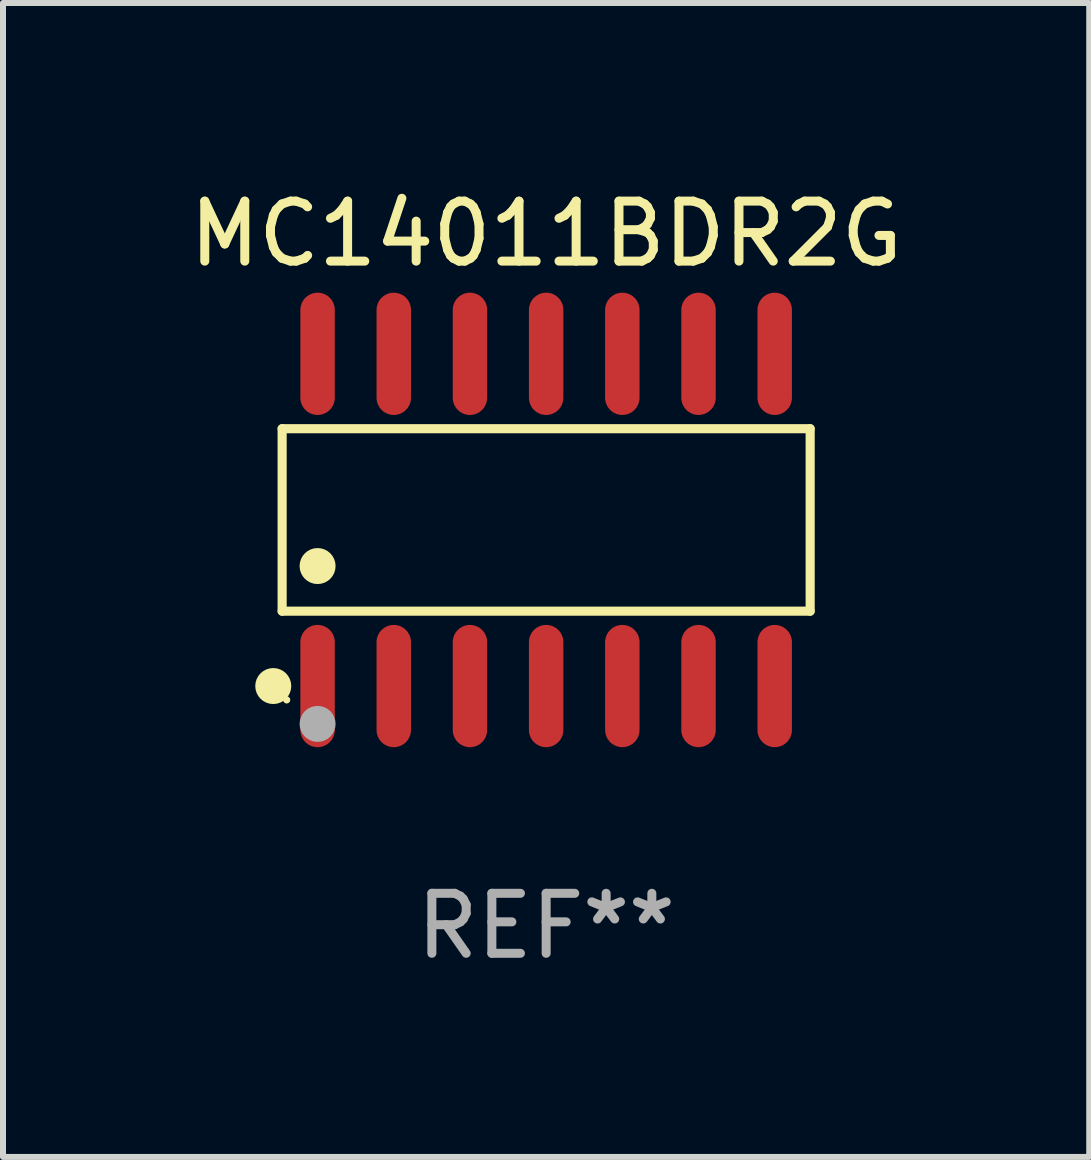
<source format=kicad_pcb>
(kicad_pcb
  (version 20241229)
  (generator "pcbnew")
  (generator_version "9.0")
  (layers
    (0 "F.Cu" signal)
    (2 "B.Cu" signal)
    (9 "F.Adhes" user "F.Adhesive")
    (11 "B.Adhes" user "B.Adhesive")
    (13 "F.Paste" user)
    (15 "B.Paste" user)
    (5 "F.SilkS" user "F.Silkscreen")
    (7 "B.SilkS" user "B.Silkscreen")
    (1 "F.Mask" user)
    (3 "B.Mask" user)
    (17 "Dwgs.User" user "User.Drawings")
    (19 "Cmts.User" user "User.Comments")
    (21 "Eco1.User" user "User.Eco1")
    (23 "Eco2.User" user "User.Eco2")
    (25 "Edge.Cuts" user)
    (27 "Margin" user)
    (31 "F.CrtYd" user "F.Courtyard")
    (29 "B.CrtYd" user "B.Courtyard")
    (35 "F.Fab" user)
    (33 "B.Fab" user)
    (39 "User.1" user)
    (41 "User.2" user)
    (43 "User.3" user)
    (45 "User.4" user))
  (footprint "MC14011BDR2G"
    (layer "F.Cu")
    (at 6.054 5.617)
    (property "Reference" "MC14011BDR2G" (at 0 -4.769 0) (layer "F.SilkS") (effects (font (size 1 1) (thickness 0.15))))
    (attr through_hole)
    (fp_line (start -4.401 -1.521) (end 4.401 -1.521) (stroke (width 0.152) (type solid)) (layer "F.SilkS"))
    (fp_line (start -4.401 1.521) (end -4.401 -1.521) (stroke (width 0.152) (type solid)) (layer "F.SilkS"))
    (fp_line (start 4.401 -1.521) (end 4.401 1.521) (stroke (width 0.152) (type solid)) (layer "F.SilkS"))
    (fp_line (start 4.401 1.521) (end -4.401 1.521) (stroke (width 0.152) (type solid)) (layer "F.SilkS"))
    (fp_circle (center -4.549 2.769) (end -4.399 2.769) (stroke (width 0.3) (type solid)) (fill no) (layer "F.SilkS"))
    (fp_circle (center -4.325 3) (end -4.295 3) (stroke (width 0.06) (type solid)) (fill no) (layer "F.SilkS"))
    (fp_circle (center -3.81 0.769) (end -3.66 0.769) (stroke (width 0.3) (type solid)) (fill no) (layer "F.SilkS"))
    (fp_circle (center -3.81 3.4) (end -3.66 3.4) (stroke (width 0.3) (type solid)) (fill no) (layer "F.Fab"))
    (fp_text user "REF**" (at 0 6.769 0) (layer "F.Fab") (effects (font (size 1 1) (thickness 0.15))))
    (pad "1" smd oval (at -3.81 2.769) (size 0.574 2.038) (layers "F.Cu" "F.Mask" "F.Paste"))
    (pad "2" smd oval (at -2.54 2.769) (size 0.574 2.038) (layers "F.Cu" "F.Mask" "F.Paste"))
    (pad "3" smd oval (at -1.27 2.769) (size 0.574 2.038) (layers "F.Cu" "F.Mask" "F.Paste"))
    (pad "4" smd oval (at 0 2.769) (size 0.574 2.038) (layers "F.Cu" "F.Mask" "F.Paste"))
    (pad "5" smd oval (at 1.27 2.769) (size 0.574 2.038) (layers "F.Cu" "F.Mask" "F.Paste"))
    (pad "6" smd oval (at 2.54 2.769) (size 0.574 2.038) (layers "F.Cu" "F.Mask" "F.Paste"))
    (pad "7" smd oval (at 3.81 2.769) (size 0.574 2.038) (layers "F.Cu" "F.Mask" "F.Paste"))
    (pad "8" smd oval (at 3.81 -2.769) (size 0.574 2.038) (layers "F.Cu" "F.Mask" "F.Paste"))
    (pad "9" smd oval (at 2.54 -2.769) (size 0.574 2.038) (layers "F.Cu" "F.Mask" "F.Paste"))
    (pad "10" smd oval (at 1.27 -2.769) (size 0.574 2.038) (layers "F.Cu" "F.Mask" "F.Paste"))
    (pad "11" smd oval (at 0 -2.769) (size 0.574 2.038) (layers "F.Cu" "F.Mask" "F.Paste"))
    (pad "12" smd oval (at -1.27 -2.769) (size 0.574 2.038) (layers "F.Cu" "F.Mask" "F.Paste"))
    (pad "13" smd oval (at -2.54 -2.769) (size 0.574 2.038) (layers "F.Cu" "F.Mask" "F.Paste"))
    (pad "14" smd oval (at -3.81 -2.769) (size 0.574 2.038) (layers "F.Cu" "F.Mask" "F.Paste")))
  (gr_rect
    (start -3 -3)
    (end 15.107 16.235)
    (stroke (width 0.1) (type default))
    (fill no)
    (layer "Edge.Cuts")))
</source>
